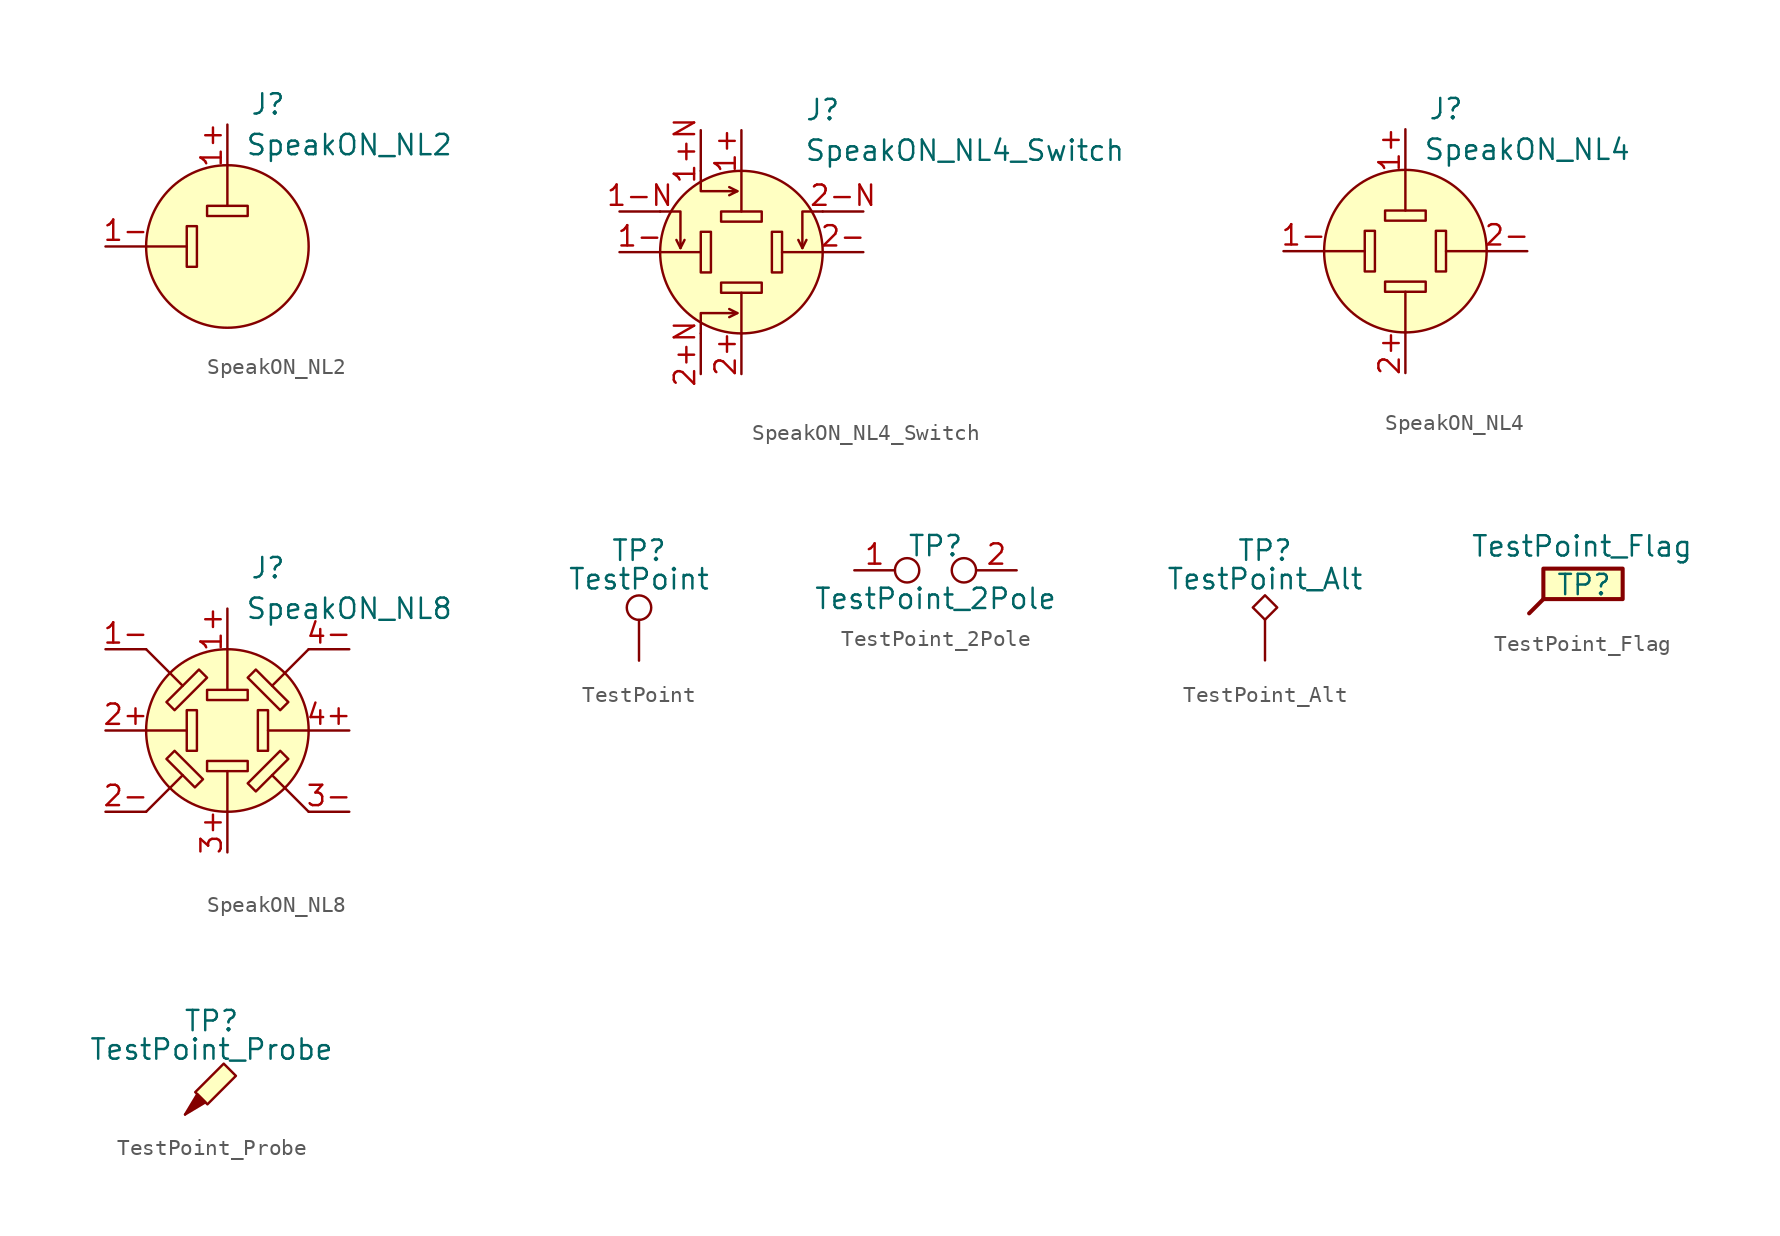
<source format=kicad_sym>
(kicad_symbol_lib
  (version 20201005)
  (generator kicad_symbol_editor)
  (symbol "Connector:SpeakON_NL2"
    (pin_names hide)
    (property "Reference" "J"
      (at 2.54 8.89 0)
      (effects (font (size 1.27 1.27))))
    (property "Value" "SpeakON_NL2"
      (at 7.62 6.35 0)
      (effects (font (size 1.27 1.27))))
    (symbol "SpeakON_NL2_0_1"
      (circle (center 0 0) (radius 5.08) (stroke (width 0)) (fill (type background)))
      (rectangle (start -2.54 1.27) (end -1.905 -1.27) (stroke (width 0)) (fill (type none)))
      (rectangle (start -1.27 2.54) (end 1.27 1.905) (stroke (width 0)) (fill (type none)))
      (polyline (pts (xy -5.08 0) (xy -2.54 0)) (stroke (width 0)) (fill (type none)))
      (polyline (pts (xy 0 5.08) (xy 0 2.54)) (stroke (width 0)) (fill (type none)))
      (pin passive line (at -7.62 0 0) (length 2.54) (name "1-" (effects (font (size 1.27 1.27)))) (number "1-" (effects (font (size 1.27 1.27))))))
    (symbol "SpeakON_NL2_1_1"
      (pin passive line (at 0 7.62 270) (length 2.54) (name "1+" (effects (font (size 1.27 1.27)))) (number "1+" (effects (font (size 1.27 1.27)))))))
  (symbol "Connector:SpeakON_NL4_Switch"
    (pin_names hide)
    (property "Reference" "J"
      (at 5.08 8.89 0)
      (effects (font (size 1.27 1.27))))
    (property "Value" "SpeakON_NL4_Switch"
      (at 13.97 6.35 0)
      (effects (font (size 1.27 1.27))))
    (symbol "SpeakON_NL4_Switch_0_1"
      (circle (center 0 0) (radius 5.08) (stroke (width 0)) (fill (type background)))
      (rectangle (start -2.54 1.27) (end -1.905 -1.27) (stroke (width 0)) (fill (type none)))
      (rectangle (start -1.27 -2.54) (end 1.27 -1.905) (stroke (width 0)) (fill (type none)))
      (rectangle (start -1.27 2.54) (end 1.27 1.905) (stroke (width 0)) (fill (type none)))
      (rectangle (start 2.54 1.27) (end 1.905 -1.27) (stroke (width 0)) (fill (type none)))
      (polyline (pts (xy -5.08 0) (xy -2.54 0)) (stroke (width 0)) (fill (type none)))
      (polyline (pts (xy 0 -5.08) (xy 0 -2.54)) (stroke (width 0)) (fill (type none)))
      (polyline (pts (xy 0 5.08) (xy 0 2.54)) (stroke (width 0)) (fill (type none)))
      (polyline (pts (xy 5.08 0) (xy 2.54 0)) (stroke (width 0)) (fill (type none)))
      (pin passive line (at -7.62 0 0) (length 2.54) (name "1-" (effects (font (size 1.27 1.27)))) (number "1-" (effects (font (size 1.27 1.27)))))
      (pin passive line (at -7.62 2.54 0) (length 2.54) (name "1-N" (effects (font (size 1.27 1.27)))) (number "1-N" (effects (font (size 1.27 1.27)))))
      (pin passive line (at 0 -7.62 90) (length 2.54) (name "2+" (effects (font (size 1.27 1.27)))) (number "2+" (effects (font (size 1.27 1.27)))))
      (pin passive line (at -2.54 -7.62 90) (length 2.54) (name "2+N" (effects (font (size 1.27 1.27)))) (number "2+N" (effects (font (size 1.27 1.27)))))
      (pin passive line (at 7.62 0 180) (length 2.54) (name "2-" (effects (font (size 1.27 1.27)))) (number "2-" (effects (font (size 1.27 1.27))))))
    (symbol "SpeakON_NL4_Switch_1_1"
      (polyline (pts (xy -3.81 0.254) (xy -4.064 0.762)) (stroke (width 0)) (fill (type none)))
      (polyline (pts (xy -0.254 -3.81) (xy -0.762 -4.064)) (stroke (width 0)) (fill (type none)))
      (polyline (pts (xy -0.254 3.81) (xy -0.762 4.064)) (stroke (width 0)) (fill (type none)))
      (polyline (pts (xy 3.81 0.254) (xy 4.064 0.762)) (stroke (width 0)) (fill (type none)))
      (polyline (pts (xy -5.08 2.54) (xy -3.81 2.54) (xy -3.81 0.254) (xy -3.556 0.762)) (stroke (width 0)) (fill (type none)))
      (polyline (pts (xy -2.54 -5.08) (xy -2.54 -3.81) (xy -0.254 -3.81) (xy -0.762 -3.556)) (stroke (width 0)) (fill (type none)))
      (polyline (pts (xy -2.54 5.08) (xy -2.54 3.81) (xy -0.254 3.81) (xy -0.762 3.556)) (stroke (width 0)) (fill (type none)))
      (polyline (pts (xy 5.08 2.54) (xy 3.81 2.54) (xy 3.81 0.254) (xy 3.556 0.762)) (stroke (width 0)) (fill (type none)))
      (pin passive line (at 0 7.62 270) (length 2.54) (name "1+" (effects (font (size 1.27 1.27)))) (number "1+" (effects (font (size 1.27 1.27)))))
      (pin passive line (at -2.54 7.62 270) (length 2.54) (name "1+N" (effects (font (size 1.27 1.27)))) (number "1+N" (effects (font (size 1.27 1.27)))))
      (pin passive line (at 7.62 2.54 180) (length 2.54) (name "2-N" (effects (font (size 1.27 1.27)))) (number "2-N" (effects (font (size 1.27 1.27)))))))
  (symbol "Connector:SpeakON_NL4"
    (pin_names hide)
    (property "Reference" "J"
      (at 2.54 8.89 0)
      (effects (font (size 1.27 1.27))))
    (property "Value" "SpeakON_NL4"
      (at 7.62 6.35 0)
      (effects (font (size 1.27 1.27))))
    (symbol "SpeakON_NL4_0_1"
      (circle (center 0 0) (radius 5.08) (stroke (width 0)) (fill (type background)))
      (rectangle (start -2.54 1.27) (end -1.905 -1.27) (stroke (width 0)) (fill (type none)))
      (rectangle (start -1.27 -2.54) (end 1.27 -1.905) (stroke (width 0)) (fill (type none)))
      (rectangle (start -1.27 2.54) (end 1.27 1.905) (stroke (width 0)) (fill (type none)))
      (rectangle (start 2.54 1.27) (end 1.905 -1.27) (stroke (width 0)) (fill (type none)))
      (polyline (pts (xy -5.08 0) (xy -2.54 0)) (stroke (width 0)) (fill (type none)))
      (polyline (pts (xy 0 -5.08) (xy 0 -2.54)) (stroke (width 0)) (fill (type none)))
      (polyline (pts (xy 0 5.08) (xy 0 2.54)) (stroke (width 0)) (fill (type none)))
      (polyline (pts (xy 5.08 0) (xy 2.54 0)) (stroke (width 0)) (fill (type none)))
      (pin passive line (at -7.62 0 0) (length 2.54) (name "1-" (effects (font (size 1.27 1.27)))) (number "1-" (effects (font (size 1.27 1.27)))))
      (pin passive line (at 0 -7.62 90) (length 2.54) (name "2+" (effects (font (size 1.27 1.27)))) (number "2+" (effects (font (size 1.27 1.27)))))
      (pin passive line (at 7.62 0 180) (length 2.54) (name "2-" (effects (font (size 1.27 1.27)))) (number "2-" (effects (font (size 1.27 1.27))))))
    (symbol "SpeakON_NL4_1_1"
      (pin passive line (at 0 7.62 270) (length 2.54) (name "1+" (effects (font (size 1.27 1.27)))) (number "1+" (effects (font (size 1.27 1.27)))))))
  (symbol "Connector:SpeakON_NL8"
    (pin_names hide)
    (property "Reference" "J"
      (at 2.54 10.16 0)
      (effects (font (size 1.27 1.27))))
    (property "Value" "SpeakON_NL8"
      (at 7.62 7.62 0)
      (effects (font (size 1.27 1.27))))
    (symbol "SpeakON_NL8_0_1"
      (circle (center 0 0) (radius 5.08) (stroke (width 0)) (fill (type background)))
      (rectangle (start -2.54 1.27) (end -1.905 -1.27) (stroke (width 0)) (fill (type none)))
      (rectangle (start -1.27 -2.54) (end 1.27 -1.905) (stroke (width 0)) (fill (type none)))
      (rectangle (start -1.27 2.54) (end 1.27 1.905) (stroke (width 0)) (fill (type none)))
      (rectangle (start 2.54 1.27) (end 1.905 -1.27) (stroke (width 0)) (fill (type none)))
      (polyline (pts (xy -5.08 -5.08) (xy -2.794 -2.794)) (stroke (width 0)) (fill (type none)))
      (polyline (pts (xy -5.08 0) (xy -2.54 0)) (stroke (width 0)) (fill (type none)))
      (polyline (pts (xy -2.794 2.794) (xy -5.08 5.08)) (stroke (width 0)) (fill (type none)))
      (polyline (pts (xy 0 -5.08) (xy 0 -2.54)) (stroke (width 0)) (fill (type none)))
      (polyline (pts (xy 0 5.08) (xy 0 2.54)) (stroke (width 0)) (fill (type none)))
      (polyline (pts (xy 5.08 -5.08) (xy 2.794 -2.794)) (stroke (width 0)) (fill (type none)))
      (polyline (pts (xy 5.08 0) (xy 2.54 0)) (stroke (width 0)) (fill (type none)))
      (polyline (pts (xy 5.08 5.08) (xy 2.794 2.794)) (stroke (width 0)) (fill (type none)))
      (polyline (pts (xy -3.302 -1.27) (xy -1.524 -3.048) (xy -2.032 -3.556) (xy -3.81 -1.778) (xy -3.302 -1.27)) (stroke (width 0)) (fill (type none)))
      (polyline (pts (xy -1.27 3.302) (xy -3.302 1.27) (xy -3.81 1.778) (xy -1.778 3.81) (xy -1.27 3.302)) (stroke (width 0)) (fill (type none)))
      (polyline (pts (xy 1.27 3.302) (xy 3.302 1.27) (xy 3.81 1.778) (xy 1.778 3.81) (xy 1.27 3.302)) (stroke (width 0)) (fill (type none)))
      (polyline (pts (xy 3.302 -1.27) (xy 1.27 -3.302) (xy 1.778 -3.81) (xy 3.81 -1.778) (xy 3.302 -1.27)) (stroke (width 0)) (fill (type none)))
      (pin passive line (at -7.62 5.08 0) (length 2.54) (name "1-" (effects (font (size 1.27 1.27)))) (number "1-" (effects (font (size 1.27 1.27)))))
      (pin passive line (at -7.62 0 0) (length 2.54) (name "2+" (effects (font (size 1.27 1.27)))) (number "2+" (effects (font (size 1.27 1.27)))))
      (pin passive line (at -7.62 -5.08 0) (length 2.54) (name "2-" (effects (font (size 1.27 1.27)))) (number "2-" (effects (font (size 1.27 1.27)))))
      (pin passive line (at 0 -7.62 90) (length 2.54) (name "3+" (effects (font (size 1.27 1.27)))) (number "3+" (effects (font (size 1.27 1.27)))))
      (pin passive line (at 7.62 -5.08 180) (length 2.54) (name "3-" (effects (font (size 1.27 1.27)))) (number "3-" (effects (font (size 1.27 1.27)))))
      (pin passive line (at 7.62 0 180) (length 2.54) (name "4+" (effects (font (size 1.27 1.27)))) (number "4+" (effects (font (size 1.27 1.27)))))
      (pin passive line (at 7.62 5.08 180) (length 2.54) (name "4-" (effects (font (size 1.27 1.27)))) (number "4-" (effects (font (size 1.27 1.27))))))
    (symbol "SpeakON_NL8_1_1"
      (pin passive line (at 0 7.62 270) (length 2.54) (name "1+" (effects (font (size 1.27 1.27)))) (number "1+" (effects (font (size 1.27 1.27)))))))
  (symbol "Connector:TestPoint"
    (pin_numbers hide)
    (pin_names
      (offset 0.762) hide)
    (property "Reference" "TP"
      (at 0 6.858 0)
      (effects (font (size 1.27 1.27))))
    (property "Value" "TestPoint"
      (at 0 5.08 0)
      (effects (font (size 1.27 1.27))))
    (symbol "TestPoint_0_1"
      (circle (center 0 3.302) (radius 0.762) (stroke (width 0)) (fill (type none))))
    (symbol "TestPoint_1_1"
      (pin passive line (at 0 0 90) (length 2.54) (name "1" (effects (font (size 1.27 1.27)))) (number "1" (effects (font (size 1.27 1.27)))))))
  (symbol "Connector:TestPoint_2Pole"
    (pin_names
      (offset 0.762) hide)
    (property "Reference" "TP"
      (at 0 1.524 0)
      (effects (font (size 1.27 1.27))))
    (property "Value" "TestPoint_2Pole"
      (at 0 -1.778 0)
      (effects (font (size 1.27 1.27))))
    (symbol "TestPoint_2Pole_0_1"
      (circle (center -1.778 0) (radius 0.762) (stroke (width 0)) (fill (type none)))
      (circle (center 1.778 0) (radius 0.762) (stroke (width 0)) (fill (type none)))
      (pin passive line (at -5.08 0 0) (length 2.54) (name "1" (effects (font (size 1.27 1.27)))) (number "1" (effects (font (size 1.27 1.27)))))
      (pin passive line (at 5.08 0 180) (length 2.54) (name "2" (effects (font (size 1.27 1.27)))) (number "2" (effects (font (size 1.27 1.27)))))))
  (symbol "Connector:TestPoint_Alt"
    (pin_numbers hide)
    (pin_names
      (offset 0.762) hide)
    (property "Reference" "TP"
      (at 0 6.858 0)
      (effects (font (size 1.27 1.27))))
    (property "Value" "TestPoint_Alt"
      (at 0 5.08 0)
      (effects (font (size 1.27 1.27))))
    (symbol "TestPoint_Alt_0_1"
      (polyline (pts (xy 0 2.54) (xy -0.762 3.302) (xy 0 4.064) (xy 0.762 3.302) (xy 0 2.54)) (stroke (width 0)) (fill (type none))))
    (symbol "TestPoint_Alt_1_1"
      (pin passive line (at 0 0 90) (length 2.54) (name "1" (effects (font (size 1.27 1.27)))) (number "1" (effects (font (size 1.27 1.27)))))))
  (symbol "Connector:TestPoint_Flag"
    (pin_numbers hide)
    (pin_names
      (offset 0.762) hide)
    (property "Reference" "TP"
      (at 3.429 1.778 0)
      (effects (font (size 1.27 1.27))))
    (property "Value" "TestPoint_Flag"
      (at 3.302 4.191 0)
      (effects (font (size 1.27 1.27))))
    (symbol "TestPoint_Flag_0_1"
      (rectangle (start 0.889 2.794) (end 5.842 0.889) (stroke (width 0.254)) (fill (type background)))
      (polyline (pts (xy 0 0) (xy 0.889 0.889)) (stroke (width 0.254)) (fill (type none))))
    (symbol "TestPoint_Flag_1_1"
      (pin passive line (at 0 0 90) (length 0) (name "1" (effects (font (size 1.27 1.27)))) (number "1" (effects (font (size 1.27 1.27)))))))
  (symbol "Connector:TestPoint_Probe"
    (pin_numbers hide)
    (pin_names
      (offset 0.762) hide)
    (property "Reference" "TP"
      (at 1.651 5.842 0)
      (effects (font (size 1.27 1.27))))
    (property "Value" "TestPoint_Probe"
      (at 1.651 4.064 0)
      (effects (font (size 1.27 1.27))))
    (symbol "TestPoint_Probe_0_1"
      (polyline (pts (xy 1.27 0.762) (xy 0 0) (xy 0.762 1.27) (xy 1.27 0.762)) (stroke (width 0)) (fill (type outline)))
      (polyline (pts (xy 1.397 0.635) (xy 0.635 1.397) (xy 2.413 3.175) (xy 3.175 2.413) (xy 1.397 0.635)) (stroke (width 0)) (fill (type background))))
    (symbol "TestPoint_Probe_1_1"
      (pin passive line (at 0 0 90) (length 0) (name "1" (effects (font (size 1.27 1.27)))) (number "1" (effects (font (size 1.27 1.27))))))))
</source>
